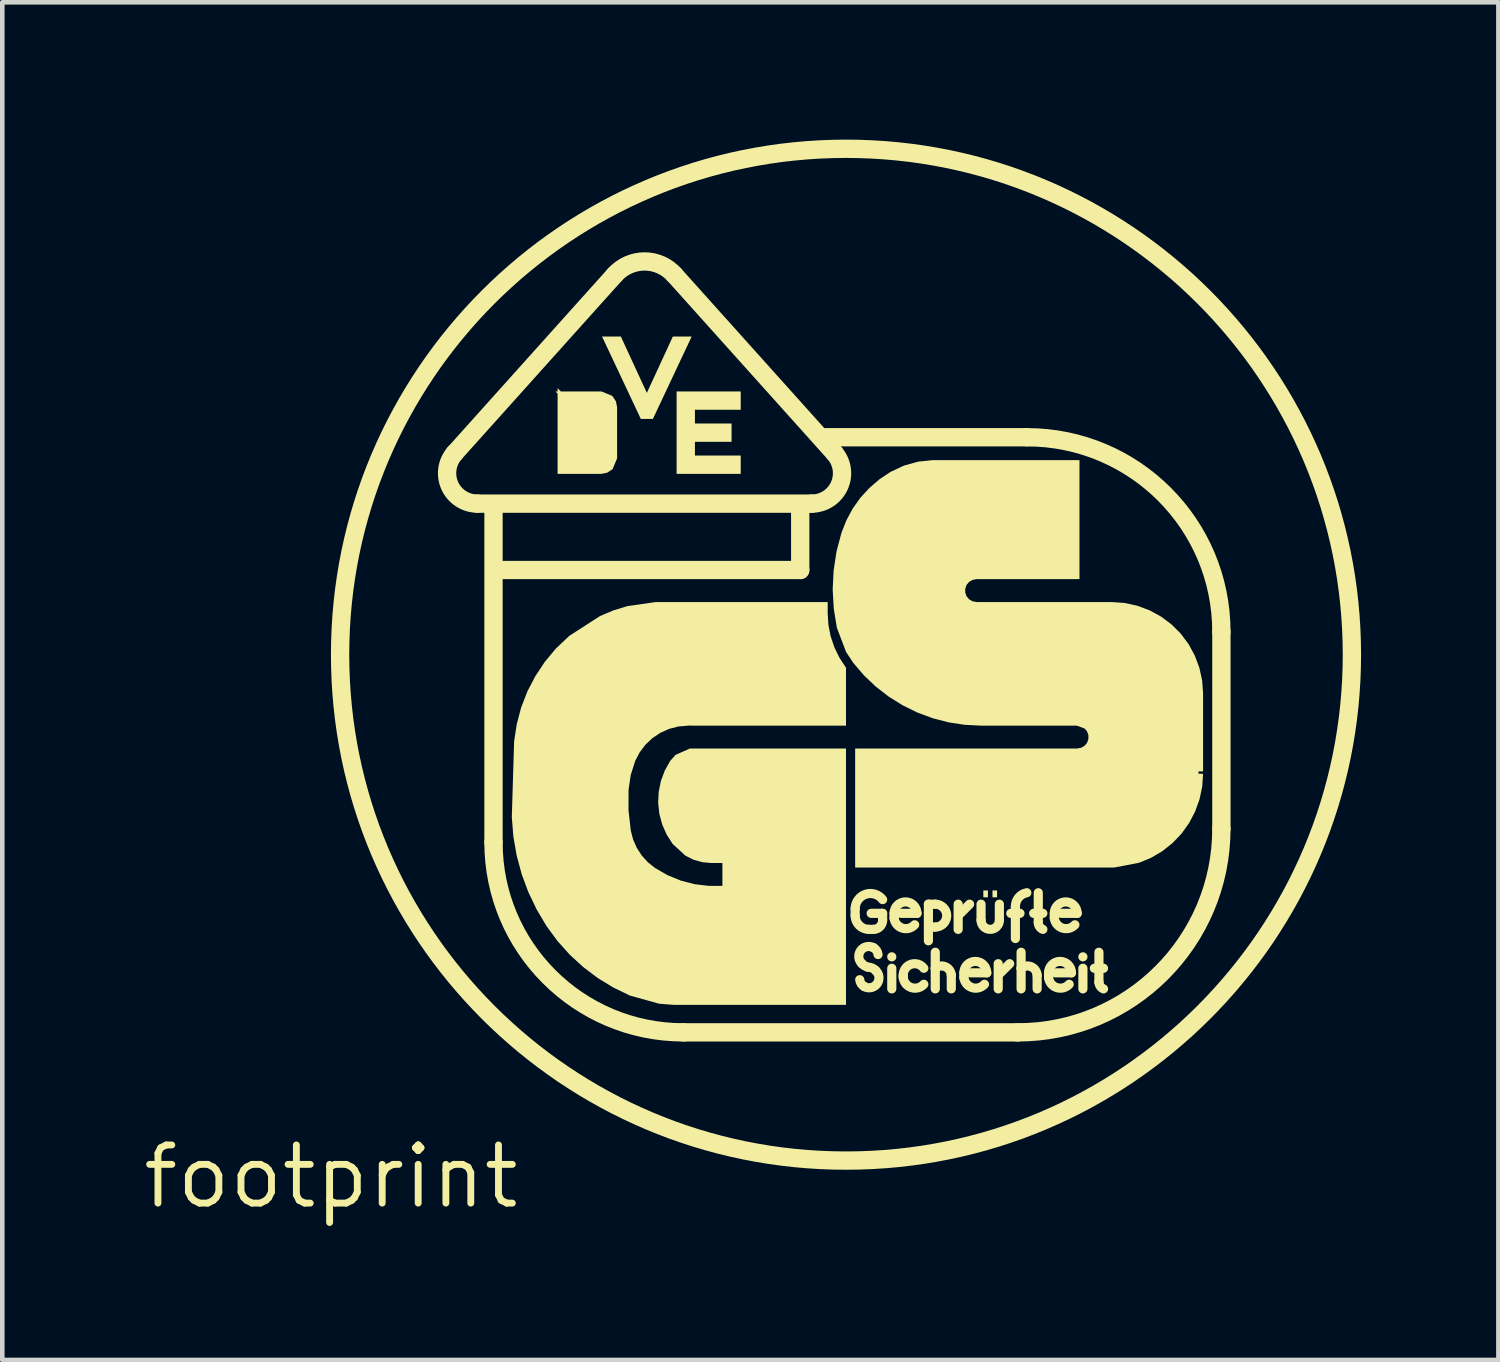
<source format=kicad_pcb>
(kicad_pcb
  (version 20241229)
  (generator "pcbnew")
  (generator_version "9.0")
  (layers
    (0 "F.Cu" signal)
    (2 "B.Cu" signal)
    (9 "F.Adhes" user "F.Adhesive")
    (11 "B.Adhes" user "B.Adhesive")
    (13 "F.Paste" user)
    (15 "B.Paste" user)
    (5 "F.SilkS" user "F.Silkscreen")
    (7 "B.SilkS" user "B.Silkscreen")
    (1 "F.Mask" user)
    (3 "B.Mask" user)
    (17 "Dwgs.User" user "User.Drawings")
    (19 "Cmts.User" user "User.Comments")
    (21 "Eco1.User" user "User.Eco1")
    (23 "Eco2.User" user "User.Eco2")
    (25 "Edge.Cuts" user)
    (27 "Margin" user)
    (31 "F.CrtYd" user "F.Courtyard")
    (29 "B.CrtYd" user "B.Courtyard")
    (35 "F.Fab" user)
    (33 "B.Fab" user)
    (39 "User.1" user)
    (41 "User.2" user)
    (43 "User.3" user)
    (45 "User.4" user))
  (footprint "footprint"
    (layer "F.Cu")
    (at 4.18 22.651)
    (property "Reference" "footprint" (at 0 0 0) (layer "F.SilkS") (effects (font (size 1.27 1.27) (thickness 0.15))))
    (fp_line (start 3.2 -14.7) (end 10.5 -14.7) (stroke (width 0.4) (type solid)) (layer "F.SilkS"))
    (fp_line (start 3.55 -14.5) (end 3.55 -7.3) (stroke (width 0.4) (type solid)) (layer "F.SilkS"))
    (fp_line (start 3.75 -13.25) (end 10.25 -13.25) (stroke (width 0.4) (type solid)) (layer "F.SilkS"))
    (fp_line (start 6.2 -19.7) (end 2.7 -15.8) (stroke (width 0.4) (type solid)) (layer "F.SilkS"))
    (fp_line (start 7.7 -3.15) (end 15 -3.15) (stroke (width 0.4) (type solid)) (layer "F.SilkS"))
    (fp_line (start 10.25 -13.25) (end 10.25 -14.6) (stroke (width 0.4) (type solid)) (layer "F.SilkS"))
    (fp_line (start 11 -15.8) (end 7.5 -19.7) (stroke (width 0.4) (type solid)) (layer "F.SilkS"))
    (fp_line (start 11.45 -5.7) (end 11.45 -5.85) (stroke (width 0.2) (type solid)) (layer "F.SilkS"))
    (fp_line (start 11.8 -5.75) (end 12.05 -5.75) (stroke (width 0.2) (type solid)) (layer "F.SilkS"))
    (fp_line (start 11.85 -5.4) (end 11.75 -5.4) (stroke (width 0.2) (type solid)) (layer "F.SilkS"))
    (fp_line (start 12.05 -5.75) (end 12.05 -5.6) (stroke (width 0.2) (type solid)) (layer "F.SilkS"))
    (fp_line (start 12.25 -4.1) (end 12.25 -4.55) (stroke (width 0.2) (type solid)) (layer "F.SilkS"))
    (fp_line (start 12.3 -5.75) (end 12.3 -5.65) (stroke (width 0.2) (type solid)) (layer "F.SilkS"))
    (fp_line (start 12.45 -5.75) (end 12.8 -5.75) (stroke (width 0.2) (type solid)) (layer "F.SilkS"))
    (fp_line (start 12.5 -4.4) (end 12.5 -4.35) (stroke (width 0.2) (type solid)) (layer "F.SilkS"))
    (fp_line (start 13.05 -5.95) (end 13.05 -5.15) (stroke (width 0.2) (type solid)) (layer "F.SilkS"))
    (fp_line (start 13.05 -5.95) (end 13.2 -5.95) (stroke (width 0.2) (type solid)) (layer "F.SilkS"))
    (fp_line (start 13.2 -5.45) (end 13.15 -5.45) (stroke (width 0.2) (type solid)) (layer "F.SilkS"))
    (fp_line (start 13.2 -4.9) (end 13.2 -4.55) (stroke (width 0.2) (type solid)) (layer "F.SilkS"))
    (fp_line (start 13.2 -4.55) (end 13.2 -4.1) (stroke (width 0.2) (type solid)) (layer "F.SilkS"))
    (fp_line (start 13.55 -4.1) (end 13.55 -4.4) (stroke (width 0.2) (type solid)) (layer "F.SilkS"))
    (fp_line (start 13.7 -5.4) (end 13.7 -5.95) (stroke (width 0.2) (type solid)) (layer "F.SilkS"))
    (fp_line (start 13.825 -4.45) (end 13.825 -4.35) (stroke (width 0.2) (type solid)) (layer "F.SilkS"))
    (fp_line (start 13.95 -5.95) (end 13.75 -5.75) (stroke (width 0.2) (type solid)) (layer "F.SilkS"))
    (fp_line (start 13.975 -4.45) (end 14.325 -4.45) (stroke (width 0.2) (type solid)) (layer "F.SilkS"))
    (fp_line (start 14.2 -5.95) (end 14.2 -5.6) (stroke (width 0.2) (type solid)) (layer "F.SilkS"))
    (fp_line (start 14.575 -4.1) (end 14.575 -4.65) (stroke (width 0.2) (type solid)) (layer "F.SilkS"))
    (fp_line (start 14.6 -5.6) (end 14.6 -5.95) (stroke (width 0.2) (type solid)) (layer "F.SilkS"))
    (fp_line (start 14.825 -4.65) (end 14.625 -4.45) (stroke (width 0.2) (type solid)) (layer "F.SilkS"))
    (fp_line (start 14.85 -5.75) (end 15.05 -5.75) (stroke (width 0.2) (type solid)) (layer "F.SilkS"))
    (fp_line (start 14.95 -5.2) (end 14.95 -5.9) (stroke (width 0.2) (type solid)) (layer "F.SilkS"))
    (fp_line (start 15.075 -4.9) (end 15.075 -4.55) (stroke (width 0.2) (type solid)) (layer "F.SilkS"))
    (fp_line (start 15.075 -4.55) (end 15.075 -4.1) (stroke (width 0.2) (type solid)) (layer "F.SilkS"))
    (fp_line (start 15.2 -16.15) (end 10.8 -16.15) (stroke (width 0.4) (type solid)) (layer "F.SilkS"))
    (fp_line (start 15.35 -5.75) (end 15.55 -5.75) (stroke (width 0.2) (type solid)) (layer "F.SilkS"))
    (fp_line (start 15.425 -4.1) (end 15.425 -4.4) (stroke (width 0.2) (type solid)) (layer "F.SilkS"))
    (fp_line (start 15.45 -6.2) (end 15.45 -5.55) (stroke (width 0.2) (type solid)) (layer "F.SilkS"))
    (fp_line (start 15.675 -4.45) (end 15.675 -4.35) (stroke (width 0.2) (type solid)) (layer "F.SilkS"))
    (fp_line (start 15.8 -5.75) (end 15.8 -5.65) (stroke (width 0.2) (type solid)) (layer "F.SilkS"))
    (fp_line (start 15.825 -4.45) (end 16.175 -4.45) (stroke (width 0.2) (type solid)) (layer "F.SilkS"))
    (fp_line (start 15.95 -5.75) (end 16.3 -5.75) (stroke (width 0.2) (type solid)) (layer "F.SilkS"))
    (fp_line (start 16.425 -4.1) (end 16.425 -4.55) (stroke (width 0.2) (type solid)) (layer "F.SilkS"))
    (fp_line (start 16.675 -4.55) (end 16.875 -4.55) (stroke (width 0.2) (type solid)) (layer "F.SilkS"))
    (fp_line (start 16.775 -4.9) (end 16.775 -4.25) (stroke (width 0.2) (type solid)) (layer "F.SilkS"))
    (fp_line (start 19.45 -7.6) (end 19.45 -11.9) (stroke (width 0.4) (type solid)) (layer "F.SilkS"))
    (fp_arc (start 3.2 -14.7) (mid 2.595848 -15.089021) (end 2.7 -15.799999) (stroke (width 0.4) (type solid)) (layer "F.SilkS"))
    (fp_arc (start 6.199999 -19.699999) (mid 6.849999 -19.990049) (end 7.5 -19.7) (stroke (width 0.4) (type solid)) (layer "F.SilkS"))
    (fp_arc (start 7.7 -3.15) (mid 4.765507 -4.365507) (end 3.55 -7.3) (stroke (width 0.4) (type solid)) (layer "F.SilkS"))
    (fp_arc (start 10.999998 -15.8) (mid 11.104151 -15.089022) (end 10.5 -14.7) (stroke (width 0.4) (type solid)) (layer "F.SilkS"))
    (fp_arc (start 11.45 -5.85) (mid 11.677925 -6.166227) (end 12.05 -6.049998) (stroke (width 0.2) (type solid)) (layer "F.SilkS"))
    (fp_arc (start 11.6 -4.65) (mid 11.569569 -4.936022) (end 11.85 -4.999998) (stroke (width 0.2) (type solid)) (layer "F.SilkS"))
    (fp_arc (start 11.65 -4.15) (mid 11.581606 -4.212736) (end 11.55 -4.299999) (stroke (width 0.2) (type solid)) (layer "F.SilkS"))
    (fp_arc (start 11.725 -4.575) (mid 11.657311 -4.603851) (end 11.6 -4.649999) (stroke (width 0.2) (type solid)) (layer "F.SilkS"))
    (fp_arc (start 11.725 -4.575) (mid 11.820439 -4.556024) (end 11.9 -4.5) (stroke (width 0.2) (type solid)) (layer "F.SilkS"))
    (fp_arc (start 11.75 -5.4) (mid 11.537868 -5.487868) (end 11.45 -5.7) (stroke (width 0.2) (type solid)) (layer "F.SilkS"))
    (fp_arc (start 11.85 -5) (mid 11.918395 -4.937263) (end 11.95 -4.85) (stroke (width 0.2) (type solid)) (layer "F.SilkS"))
    (fp_arc (start 11.9 -4.5) (mid 11.930431 -4.213976) (end 11.649998 -4.149999) (stroke (width 0.2) (type solid)) (layer "F.SilkS"))
    (fp_arc (start 12.05 -5.6) (mid 11.991421 -5.458579) (end 11.85 -5.4) (stroke (width 0.2) (type solid)) (layer "F.SilkS"))
    (fp_arc (start 12.3 -5.75) (mid 12.55 -6) (end 12.8 -5.75) (stroke (width 0.2) (type solid)) (layer "F.SilkS"))
    (fp_arc (start 12.5 -4.4) (mid 12.670944 -4.63717) (end 12.950001 -4.549998) (stroke (width 0.2) (type solid)) (layer "F.SilkS"))
    (fp_arc (start 12.749998 -5.499999) (mid 12.476238 -5.428719) (end 12.3 -5.65) (stroke (width 0.2) (type solid)) (layer "F.SilkS"))
    (fp_arc (start 12.949998 -4.199999) (mid 12.676238 -4.128719) (end 12.5 -4.35) (stroke (width 0.2) (type solid)) (layer "F.SilkS"))
    (fp_arc (start 13.2 -5.95) (mid 13.45 -5.7) (end 13.2 -5.45) (stroke (width 0.2) (type solid)) (layer "F.SilkS"))
    (fp_arc (start 13.2 -4.55) (mid 13.421353 -4.583156) (end 13.55 -4.4) (stroke (width 0.2) (type solid)) (layer "F.SilkS"))
    (fp_arc (start 13.825 -4.45) (mid 14.075 -4.7) (end 14.325 -4.45) (stroke (width 0.2) (type solid)) (layer "F.SilkS"))
    (fp_arc (start 14.274998 -4.199999) (mid 14.001238 -4.128719) (end 13.825 -4.35) (stroke (width 0.2) (type solid)) (layer "F.SilkS"))
    (fp_arc (start 14.6 -5.6) (mid 14.4 -5.4) (end 14.2 -5.6) (stroke (width 0.2) (type solid)) (layer "F.SilkS"))
    (fp_arc (start 14.95 -5.9) (mid 15.020693 -6.095256) (end 15.200001 -6.199999) (stroke (width 0.2) (type solid)) (layer "F.SilkS"))
    (fp_arc (start 15.075 -4.55) (mid 15.296353 -4.583156) (end 15.425 -4.4) (stroke (width 0.2) (type solid)) (layer "F.SilkS"))
    (fp_arc (start 15.2 -16.15) (mid 18.205204 -14.905204) (end 19.45 -11.9) (stroke (width 0.4) (type solid)) (layer "F.SilkS"))
    (fp_arc (start 15.55 -5.4) (mid 15.477292 -5.459861) (end 15.45 -5.55) (stroke (width 0.2) (type solid)) (layer "F.SilkS"))
    (fp_arc (start 15.675 -4.45) (mid 15.925 -4.7) (end 16.175 -4.45) (stroke (width 0.2) (type solid)) (layer "F.SilkS"))
    (fp_arc (start 15.8 -5.75) (mid 16.05 -6) (end 16.3 -5.75) (stroke (width 0.2) (type solid)) (layer "F.SilkS"))
    (fp_arc (start 16.124998 -4.199999) (mid 15.851238 -4.128719) (end 15.675 -4.35) (stroke (width 0.2) (type solid)) (layer "F.SilkS"))
    (fp_arc (start 16.249998 -5.499999) (mid 15.976238 -5.428719) (end 15.8 -5.65) (stroke (width 0.2) (type solid)) (layer "F.SilkS"))
    (fp_arc (start 16.875 -4.1) (mid 16.802292 -4.159861) (end 16.775 -4.25) (stroke (width 0.2) (type solid)) (layer "F.SilkS"))
    (fp_arc (start 19.45 -7.6) (mid 18.146625 -4.453375) (end 15 -3.15) (stroke (width 0.4) (type solid)) (layer "F.SilkS"))
    (fp_circle (center 11.25 -11.4) (end 22.301 -11.4) (stroke (width 0.4) (type solid)) (fill no) (layer "F.SilkS"))
    (fp_circle (center 12.25 -4.8) (end 12.3 -4.8) (stroke (width 0.1) (type solid)) (fill yes) (layer "F.SilkS"))
    (fp_circle (center 16.425 -4.8) (end 16.475 -4.8) (stroke (width 0.1) (type solid)) (fill yes) (layer "F.SilkS"))
    (fp_poly (pts (xy 14.25 -6.1) (xy 14.35 -6.1) (xy 14.35 -6.25) (xy 14.25 -6.25)) (stroke (width 0) (type solid)) (fill yes) (layer "F.SilkS"))
    (fp_poly (pts (xy 14.45 -6.1) (xy 14.55 -6.1) (xy 14.55 -6.25) (xy 14.45 -6.25)) (stroke (width 0) (type solid)) (fill yes) (layer "F.SilkS"))
    (fp_poly (pts (xy 6.9 -17.119) (xy 7.468 -18.35) (xy 7.879 -18.35) (xy 7.032 -16.55) (xy 6.768 -16.55) (xy 5.921 -18.35) (xy 6.332 -18.35)) (stroke (width 0) (type solid)) (fill yes) (layer "F.SilkS"))
    (fp_poly (pts (xy 8.95 -16.75) (xy 7.95 -16.75) (xy 7.95 -16.45) (xy 8.75 -16.45) (xy 8.75 -16.05) (xy 7.95 -16.05) (xy 7.95 -15.75) (xy 8.95 -15.75) (xy 8.95 -15.35) (xy 7.55 -15.35) (xy 7.55 -17.15) (xy 8.95 -17.15)) (stroke (width 0) (type solid)) (fill yes) (layer "F.SilkS"))
    (fp_poly (pts (xy 5.021 -17.15) (xy 5.91 -17.15) (xy 6.145 -17.053) (xy 6.224 -16.934) (xy 6.25 -16.805) (xy 6.25 -15.69) (xy 6.153 -15.455) (xy 6.034 -15.376) (xy 5.905 -15.35) (xy 4.95 -15.35) (xy 4.95 -17.104) (xy 4.904 -17.15) (xy 4.95 -17.15) (xy 4.95 -17.221)) (stroke (width 0) (type solid)) (fill yes) (layer "F.SilkS"))
    (fp_poly (pts (xy 16.35 -13.05) (xy 14.104 -13.05) (xy 14.015 -13.034) (xy 13.94 -12.991) (xy 13.884 -12.925) (xy 13.855 -12.843) (xy 13.855 -12.757) (xy 13.884 -12.675) (xy 13.94 -12.609) (xy 14.015 -12.566) (xy 14.104 -12.55) (xy 17.052 -12.55) (xy 17.335 -12.53) (xy 17.614 -12.469) (xy 17.881 -12.369) (xy 18.131 -12.233) (xy 18.36 -12.062) (xy 18.562 -11.86) (xy 18.733 -11.631) (xy 18.869 -11.381) (xy 18.969 -11.114) (xy 19.03 -10.835) (xy 19.05 -10.552) (xy 19.05 -8.85) (xy 18.95 -8.85) (xy 18.95 -8.8) (xy 19 -8.8) (xy 19.05 -8.797) (xy 19.031 -8.517) (xy 18.972 -8.24) (xy 18.876 -7.973) (xy 18.745 -7.723) (xy 18.58 -7.492) (xy 18.384 -7.287) (xy 18.163 -7.11) (xy 17.919 -6.966) (xy 17.656 -6.856) (xy 17.105 -6.75) (xy 11.45 -6.75) (xy 11.45 -9.35) (xy 16.296 -9.35) (xy 16.385 -9.366) (xy 16.46 -9.409) (xy 16.516 -9.475) (xy 16.545 -9.557) (xy 16.545 -9.643) (xy 16.516 -9.725) (xy 16.463 -9.787) (xy 16.291 -9.85) (xy 14.199 -9.85) (xy 13.843 -9.868) (xy 13.49 -9.922) (xy 13.144 -10.012) (xy 12.809 -10.136) (xy 12.488 -10.294) (xy 12.185 -10.483) (xy 11.902 -10.702) (xy 11.643 -10.948) (xy 11.41 -11.22) (xy 11.252 -11.459) (xy 11.051 -11.987) (xy 10.983 -12.404) (xy 10.959 -12.824) (xy 10.98 -13.244) (xy 11.044 -13.659) (xy 11.152 -14.066) (xy 11.259 -14.336) (xy 11.397 -14.592) (xy 11.565 -14.829) (xy 11.762 -15.043) (xy 11.983 -15.233) (xy 12.225 -15.394) (xy 12.517 -15.531) (xy 12.828 -15.617) (xy 13.147 -15.65) (xy 16.35 -15.65)) (stroke (width 0) (type solid)) (fill yes) (layer "F.SilkS"))
    (fp_poly (pts (xy 10.85 -12.302) (xy 10.866 -12.05) (xy 10.914 -11.804) (xy 10.994 -11.566) (xy 11.103 -11.34) (xy 11.25 -11.115) (xy 11.25 -9.85) (xy 7.85 -9.85) (xy 7.85 -9.854) (xy 7.591 -9.832) (xy 7.388 -9.78) (xy 7.196 -9.694) (xy 7.022 -9.578) (xy 6.869 -9.434) (xy 6.743 -9.267) (xy 6.646 -9.081) (xy 6.547 -8.77) (xy 6.5 -8.446) (xy 6.499 -8.001) (xy 6.549 -7.559) (xy 6.599 -7.365) (xy 6.679 -7.182) (xy 6.788 -7.014) (xy 6.922 -6.866) (xy 7.078 -6.741) (xy 7.349 -6.585) (xy 7.639 -6.466) (xy 7.942 -6.387) (xy 8.253 -6.35) (xy 8.55 -6.35) (xy 8.55 -6.85) (xy 8.298 -6.85) (xy 8.106 -6.868) (xy 7.919 -6.921) (xy 7.743 -7.009) (xy 7.461 -7.268) (xy 7.331 -7.473) (xy 7.234 -7.694) (xy 7.172 -7.926) (xy 7.147 -8.166) (xy 7.159 -8.406) (xy 7.207 -8.642) (xy 7.291 -8.868) (xy 7.409 -9.079) (xy 7.527 -9.212) (xy 7.839 -9.35) (xy 11.25 -9.35) (xy 11.25 -3.75) (xy 7.498 -3.75) (xy 7.167 -3.776) (xy 6.532 -3.953) (xy 6.17 -4.128) (xy 5.827 -4.337) (xy 5.507 -4.579) (xy 5.212 -4.85) (xy 4.945 -5.149) (xy 4.708 -5.472) (xy 4.493 -5.834) (xy 4.311 -6.214) (xy 4.165 -6.608) (xy 4.056 -7.014) (xy 3.984 -7.429) (xy 3.95 -7.849) (xy 4 -9.501) (xy 4 -9.504) (xy 4.057 -9.878) (xy 4.153 -10.243) (xy 4.289 -10.595) (xy 4.463 -10.93) (xy 4.671 -11.244) (xy 4.913 -11.534) (xy 5.206 -11.812) (xy 5.877 -12.244) (xy 6.17 -12.368) (xy 6.474 -12.461) (xy 7.096 -12.55) (xy 10.85 -12.55)) (stroke (width 0) (type solid)) (fill yes) (layer "F.SilkS")))
  (gr_rect
    (start -3 -3)
    (end 29.681 26.657)
    (stroke (width 0.1) (type default))
    (fill no)
    (layer "Edge.Cuts")))
</source>
